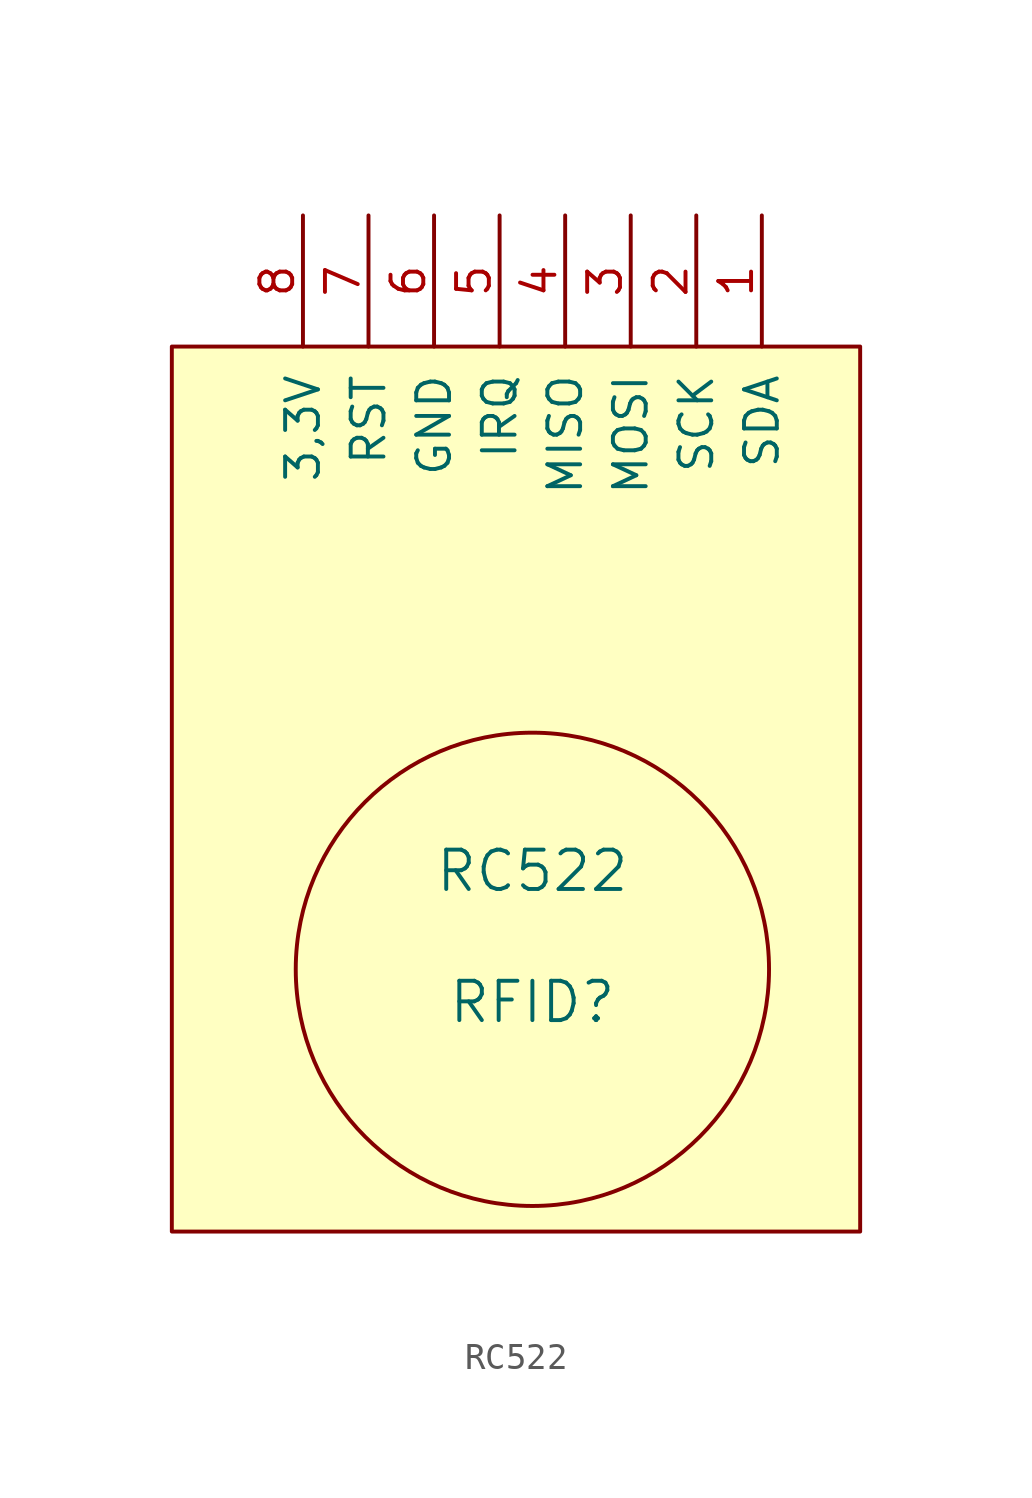
<source format=kicad_sym>
(kicad_symbol_lib
  (version 20231120)
  (generator "kicad_symbol_editor")
  (generator_version "8.0")
  (symbol "RC522"
    (pin_names
      (offset 1.016))
    (property "Reference" "RFID"
      (at 0 5.08 0)
      (effects (font (size 1.524 1.524))))
    (property "Value" "RC522"
      (at 0 10.16 0)
      (effects (font (size 1.524 1.524))))
    (symbol "RC522_0_1"
      (circle (center 0 6.35) (radius 9.169) (stroke (width 0) (type solid)) (fill (type none))))
    (symbol "RC522_1_1"
      (rectangle (start -13.97 30.48) (end 12.7 -3.81) (stroke (width 0) (type solid)) (fill (type background)))
      (pin output line (at 8.89 35.56 270) (length 5.08) (name "SDA" (effects (font (size 1.27 1.27)))) (number "1" (effects (font (size 1.27 1.27)))))
      (pin output line (at 6.35 35.56 270) (length 5.08) (name "SCK" (effects (font (size 1.27 1.27)))) (number "2" (effects (font (size 1.27 1.27)))))
      (pin output line (at 3.81 35.56 270) (length 5.08) (name "MOSI" (effects (font (size 1.27 1.27)))) (number "3" (effects (font (size 1.27 1.27)))))
      (pin output line (at 1.27 35.56 270) (length 5.08) (name "MISO" (effects (font (size 1.27 1.27)))) (number "4" (effects (font (size 1.27 1.27)))))
      (pin output line (at -1.27 35.56 270) (length 5.08) (name "IRQ" (effects (font (size 1.27 1.27)))) (number "5" (effects (font (size 1.27 1.27)))))
      (pin power_in line (at -3.81 35.56 270) (length 5.08) (name "GND" (effects (font (size 1.27 1.27)))) (number "6" (effects (font (size 1.27 1.27)))))
      (pin input line (at -6.35 35.56 270) (length 5.08) (name "RST" (effects (font (size 1.27 1.27)))) (number "7" (effects (font (size 1.27 1.27)))))
      (pin input line (at -8.89 35.56 270) (length 5.08) (name "3,3V" (effects (font (size 1.27 1.27)))) (number "8" (effects (font (size 1.27 1.27))))))))
</source>
